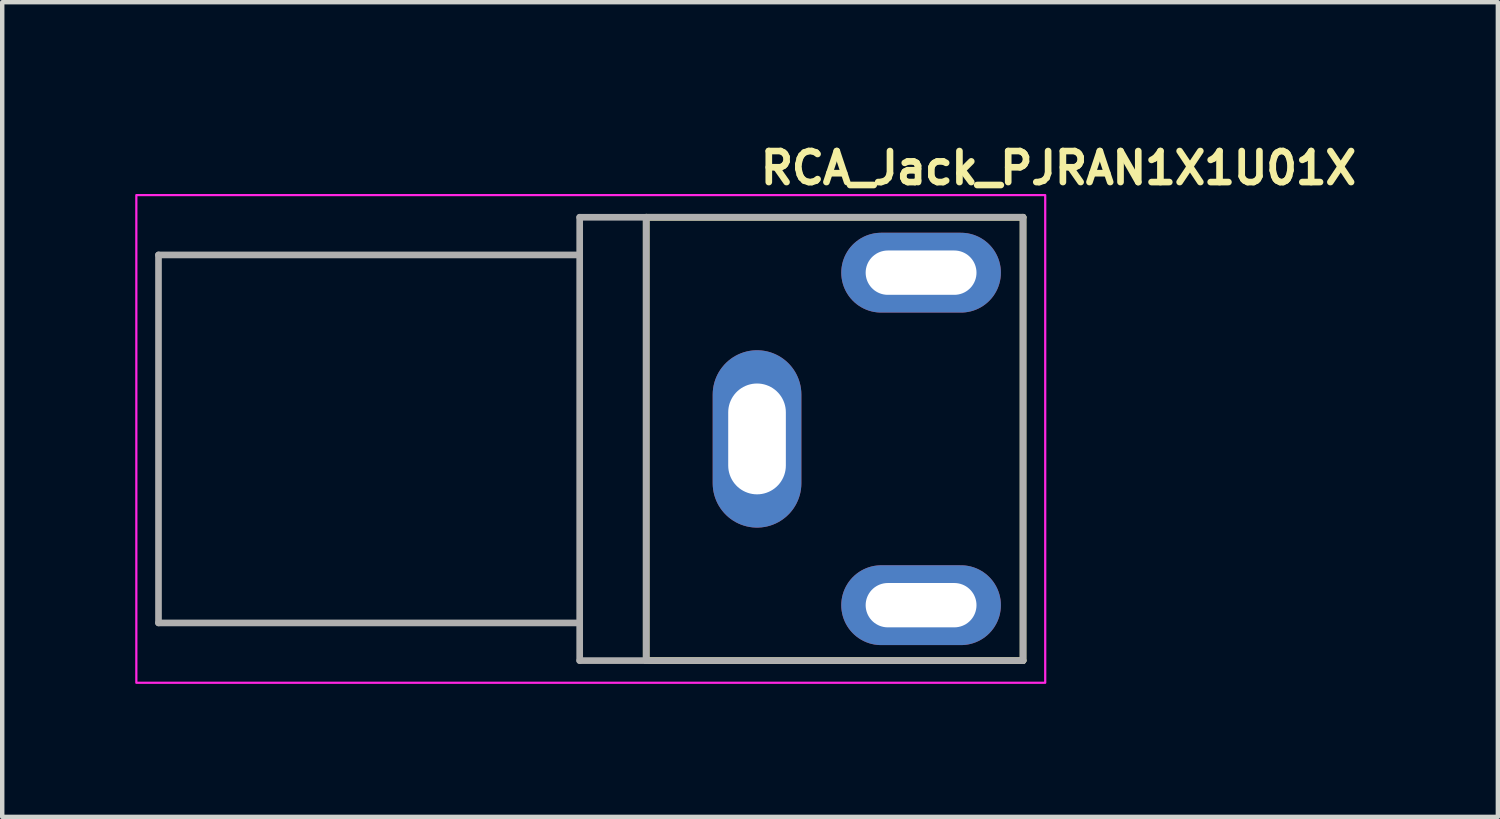
<source format=kicad_pcb>
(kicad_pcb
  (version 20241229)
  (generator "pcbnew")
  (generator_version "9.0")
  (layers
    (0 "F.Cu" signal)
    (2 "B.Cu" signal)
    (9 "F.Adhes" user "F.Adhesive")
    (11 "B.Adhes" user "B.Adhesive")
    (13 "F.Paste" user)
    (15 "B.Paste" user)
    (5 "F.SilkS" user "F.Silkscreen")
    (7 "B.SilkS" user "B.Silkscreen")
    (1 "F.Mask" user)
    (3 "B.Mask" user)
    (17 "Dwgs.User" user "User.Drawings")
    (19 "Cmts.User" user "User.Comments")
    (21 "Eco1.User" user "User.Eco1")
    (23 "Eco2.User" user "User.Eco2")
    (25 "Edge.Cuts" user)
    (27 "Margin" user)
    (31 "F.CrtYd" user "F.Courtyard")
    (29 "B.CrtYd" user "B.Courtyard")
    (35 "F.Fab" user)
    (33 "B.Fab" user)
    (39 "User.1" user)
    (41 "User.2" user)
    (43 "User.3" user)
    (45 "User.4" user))
  (footprint "RCA_Jack_PJRAN1X1U01X"
    (layer "F.Cu")
    (at 14.025 6.85)
    (property "Reference" "RCA_Jack_PJRAN1X1U01X" (at 0 -5.7 0) (layer "F.SilkS") (effects (font (size 0.7 0.7) (thickness 0.15)) (justify left bottom)))
    (attr through_hole)
    (fp_line (start -2.5 -5) (end -2.5 5) (stroke (width 0.15) (type solid)) (layer "F.SilkS"))
    (fp_line (start -2.5 5) (end 6 5) (stroke (width 0.15) (type solid)) (layer "F.SilkS"))
    (fp_line (start 6 -5) (end -2.5 -5) (stroke (width 0.15) (type solid)) (layer "F.SilkS"))
    (fp_line (start 6 5) (end 6 -5) (stroke (width 0.15) (type solid)) (layer "F.SilkS"))
    (fp_rect (start -14 -5.5) (end 6.5 5.5) (stroke (width 0.05) (type solid)) (fill no) (layer "F.CrtYd"))
    (fp_line (start -13.5 -4.15) (end -13.5 4.15) (stroke (width 0.15) (type solid)) (layer "F.Fab"))
    (fp_line (start -13.5 4.15) (end -4 4.15) (stroke (width 0.15) (type solid)) (layer "F.Fab"))
    (fp_line (start -4 -5) (end -4 -4.15) (stroke (width 0.15) (type solid)) (layer "F.Fab"))
    (fp_line (start -4 -4.15) (end -13.5 -4.15) (stroke (width 0.15) (type solid)) (layer "F.Fab"))
    (fp_line (start -4 -4.15) (end -4 4.15) (stroke (width 0.15) (type solid)) (layer "F.Fab"))
    (fp_line (start -4 4.15) (end -4 5) (stroke (width 0.15) (type solid)) (layer "F.Fab"))
    (fp_line (start -4 5) (end -2.5 5) (stroke (width 0.15) (type solid)) (layer "F.Fab"))
    (fp_line (start -2.5 -5) (end -4 -5) (stroke (width 0.15) (type solid)) (layer "F.Fab"))
    (fp_line (start -2.5 -5) (end -2.5 5) (stroke (width 0.15) (type solid)) (layer "F.Fab"))
    (fp_line (start -2.5 5) (end 6 5) (stroke (width 0.15) (type solid)) (layer "F.Fab"))
    (fp_line (start 6 -5) (end -2.5 -5) (stroke (width 0.15) (type solid)) (layer "F.Fab"))
    (fp_line (start 6 5) (end 6 -5) (stroke (width 0.15) (type solid)) (layer "F.Fab"))
    (fp_rect (start 6.007 5.004) (end -13.5 -5.004) (stroke (width 0.1) (type solid)) (fill no) (layer "User.5"))
    (fp_line (start -13.5 -3.645) (end -13.5 -3.49) (stroke (width 0.02) (type solid)) (layer "User.9"))
    (fp_line (start -13.5 -3.554) (end -13.5 -3.645) (stroke (width 0.02) (type solid)) (layer "User.9"))
    (fp_line (start -13.5 -3.554) (end -13.5 -3.554) (stroke (width 0.02) (type solid)) (layer "User.9"))
    (fp_line (start -13.5 -3.49) (end -13.5 -3.49) (stroke (width 0.02) (type solid)) (layer "User.9"))
    (fp_line (start -13.5 -3.49) (end -13.5 -3.04) (stroke (width 0.02) (type solid)) (layer "User.9"))
    (fp_line (start -13.5 -3.284) (end -13.5 -3.554) (stroke (width 0.02) (type solid)) (layer "User.9"))
    (fp_line (start -13.5 -3.284) (end -13.5 -3.284) (stroke (width 0.02) (type solid)) (layer "User.9"))
    (fp_line (start -13.5 -2.85) (end -13.5 -3.284) (stroke (width 0.02) (type solid)) (layer "User.9"))
    (fp_line (start -13.5 -2.85) (end -13.5 -2.85) (stroke (width 0.02) (type solid)) (layer "User.9"))
    (fp_line (start -13.5 -2.273) (end -13.5 -2.85) (stroke (width 0.02) (type solid)) (layer "User.9"))
    (fp_line (start -13.5 -2.273) (end -13.5 -2.273) (stroke (width 0.02) (type solid)) (layer "User.9"))
    (fp_line (start -13.5 -1.581) (end -13.5 -2.273) (stroke (width 0.02) (type solid)) (layer "User.9"))
    (fp_line (start -13.5 -1.581) (end -13.5 -1.581) (stroke (width 0.02) (type solid)) (layer "User.9"))
    (fp_line (start -13.5 -0.811) (end -13.5 -1.581) (stroke (width 0.02) (type solid)) (layer "User.9"))
    (fp_line (start -13.5 -0.811) (end -13.5 -0.811) (stroke (width 0.02) (type solid)) (layer "User.9"))
    (fp_line (start -13.5 0) (end -13.5 -0.811) (stroke (width 0.02) (type solid)) (layer "User.9"))
    (fp_line (start -13.5 0) (end -13.5 0) (stroke (width 0.02) (type solid)) (layer "User.9"))
    (fp_line (start -13.5 0.811) (end -13.5 0) (stroke (width 0.02) (type solid)) (layer "User.9"))
    (fp_line (start -13.5 0.811) (end -13.5 0.811) (stroke (width 0.02) (type solid)) (layer "User.9"))
    (fp_line (start -13.5 1.581) (end -13.5 0.811) (stroke (width 0.02) (type solid)) (layer "User.9"))
    (fp_line (start -13.5 1.581) (end -13.5 1.581) (stroke (width 0.02) (type solid)) (layer "User.9"))
    (fp_line (start -13.5 2.273) (end -13.5 1.581) (stroke (width 0.02) (type solid)) (layer "User.9"))
    (fp_line (start -13.5 2.273) (end -13.5 2.273) (stroke (width 0.02) (type solid)) (layer "User.9"))
    (fp_line (start -13.5 2.85) (end -13.5 2.273) (stroke (width 0.02) (type solid)) (layer "User.9"))
    (fp_line (start -13.5 2.85) (end -13.5 2.85) (stroke (width 0.02) (type solid)) (layer "User.9"))
    (fp_line (start -13.5 3.04) (end -13.5 3.49) (stroke (width 0.02) (type solid)) (layer "User.9"))
    (fp_line (start -13.5 3.284) (end -13.5 2.85) (stroke (width 0.02) (type solid)) (layer "User.9"))
    (fp_line (start -13.5 3.284) (end -13.5 3.284) (stroke (width 0.02) (type solid)) (layer "User.9"))
    (fp_line (start -13.5 3.49) (end -13.5 3.49) (stroke (width 0.02) (type solid)) (layer "User.9"))
    (fp_line (start -13.5 3.49) (end -13.5 3.645) (stroke (width 0.02) (type solid)) (layer "User.9"))
    (fp_line (start -13.5 3.554) (end -13.5 3.284) (stroke (width 0.02) (type solid)) (layer "User.9"))
    (fp_line (start -13.5 3.554) (end -13.5 3.554) (stroke (width 0.02) (type solid)) (layer "User.9"))
    (fp_line (start -13.5 3.645) (end -13.5 3.554) (stroke (width 0.02) (type solid)) (layer "User.9"))
    (fp_line (start -13.499 -3.671) (end -13.5 -3.645) (stroke (width 0.02) (type solid)) (layer "User.9"))
    (fp_line (start -13.499 3.671) (end -13.5 3.645) (stroke (width 0.02) (type solid)) (layer "User.9"))
    (fp_line (start -13.497 -3.697) (end -13.499 -3.671) (stroke (width 0.02) (type solid)) (layer "User.9"))
    (fp_line (start -13.497 3.697) (end -13.499 3.671) (stroke (width 0.02) (type solid)) (layer "User.9"))
    (fp_line (start -13.494 -3.722) (end -13.497 -3.697) (stroke (width 0.02) (type solid)) (layer "User.9"))
    (fp_line (start -13.494 3.722) (end -13.497 3.697) (stroke (width 0.02) (type solid)) (layer "User.9"))
    (fp_line (start -13.49 -3.747) (end -13.494 -3.722) (stroke (width 0.02) (type solid)) (layer "User.9"))
    (fp_line (start -13.49 3.747) (end -13.494 3.722) (stroke (width 0.02) (type solid)) (layer "User.9"))
    (fp_line (start -13.484 -3.772) (end -13.49 -3.747) (stroke (width 0.02) (type solid)) (layer "User.9"))
    (fp_line (start -13.484 3.772) (end -13.49 3.747) (stroke (width 0.02) (type solid)) (layer "User.9"))
    (fp_line (start -13.477 -3.796) (end -13.484 -3.772) (stroke (width 0.02) (type solid)) (layer "User.9"))
    (fp_line (start -13.477 3.796) (end -13.484 3.772) (stroke (width 0.02) (type solid)) (layer "User.9"))
    (fp_line (start -13.469 -3.82) (end -13.477 -3.796) (stroke (width 0.02) (type solid)) (layer "User.9"))
    (fp_line (start -13.469 3.82) (end -13.477 3.796) (stroke (width 0.02) (type solid)) (layer "User.9"))
    (fp_line (start -13.46 -3.843) (end -13.469 -3.82) (stroke (width 0.02) (type solid)) (layer "User.9"))
    (fp_line (start -13.46 3.843) (end -13.469 3.82) (stroke (width 0.02) (type solid)) (layer "User.9"))
    (fp_line (start -13.45 -3.865) (end -13.46 -3.843) (stroke (width 0.02) (type solid)) (layer "User.9"))
    (fp_line (start -13.45 3.865) (end -13.46 3.843) (stroke (width 0.02) (type solid)) (layer "User.9"))
    (fp_line (start -13.439 -3.887) (end -13.45 -3.865) (stroke (width 0.02) (type solid)) (layer "User.9"))
    (fp_line (start -13.439 3.887) (end -13.45 3.865) (stroke (width 0.02) (type solid)) (layer "User.9"))
    (fp_line (start -13.426 -3.908) (end -13.439 -3.887) (stroke (width 0.02) (type solid)) (layer "User.9"))
    (fp_line (start -13.426 3.908) (end -13.439 3.887) (stroke (width 0.02) (type solid)) (layer "User.9"))
    (fp_line (start -13.413 -3.929) (end -13.426 -3.908) (stroke (width 0.02) (type solid)) (layer "User.9"))
    (fp_line (start -13.413 3.929) (end -13.426 3.908) (stroke (width 0.02) (type solid)) (layer "User.9"))
    (fp_line (start -13.399 -3.949) (end -13.413 -3.929) (stroke (width 0.02) (type solid)) (layer "User.9"))
    (fp_line (start -13.399 3.949) (end -13.413 3.929) (stroke (width 0.02) (type solid)) (layer "User.9"))
    (fp_line (start -13.384 -3.968) (end -13.399 -3.949) (stroke (width 0.02) (type solid)) (layer "User.9"))
    (fp_line (start -13.384 3.968) (end -13.399 3.949) (stroke (width 0.02) (type solid)) (layer "User.9"))
    (fp_line (start -13.368 -3.986) (end -13.384 -3.968) (stroke (width 0.02) (type solid)) (layer "User.9"))
    (fp_line (start -13.368 3.986) (end -13.384 3.968) (stroke (width 0.02) (type solid)) (layer "User.9"))
    (fp_line (start -13.351 -4.004) (end -13.368 -3.986) (stroke (width 0.02) (type solid)) (layer "User.9"))
    (fp_line (start -13.351 4.004) (end -13.368 3.986) (stroke (width 0.02) (type solid)) (layer "User.9"))
    (fp_line (start -13.334 -4.021) (end -13.351 -4.004) (stroke (width 0.02) (type solid)) (layer "User.9"))
    (fp_line (start -13.334 4.021) (end -13.351 4.004) (stroke (width 0.02) (type solid)) (layer "User.9"))
    (fp_line (start -13.315 -4.037) (end -13.334 -4.021) (stroke (width 0.02) (type solid)) (layer "User.9"))
    (fp_line (start -13.315 4.037) (end -13.334 4.021) (stroke (width 0.02) (type solid)) (layer "User.9"))
    (fp_line (start -13.296 -4.052) (end -13.315 -4.037) (stroke (width 0.02) (type solid)) (layer "User.9"))
    (fp_line (start -13.296 4.052) (end -13.315 4.037) (stroke (width 0.02) (type solid)) (layer "User.9"))
    (fp_line (start -13.276 -4.066) (end -13.296 -4.052) (stroke (width 0.02) (type solid)) (layer "User.9"))
    (fp_line (start -13.276 4.066) (end -13.296 4.052) (stroke (width 0.02) (type solid)) (layer "User.9"))
    (fp_line (start -13.255 -4.079) (end -13.276 -4.066) (stroke (width 0.02) (type solid)) (layer "User.9"))
    (fp_line (start -13.255 4.079) (end -13.276 4.066) (stroke (width 0.02) (type solid)) (layer "User.9"))
    (fp_line (start -13.234 -4.092) (end -13.255 -4.079) (stroke (width 0.02) (type solid)) (layer "User.9"))
    (fp_line (start -13.234 4.092) (end -13.255 4.079) (stroke (width 0.02) (type solid)) (layer "User.9"))
    (fp_line (start -13.212 -4.103) (end -13.234 -4.092) (stroke (width 0.02) (type solid)) (layer "User.9"))
    (fp_line (start -13.212 4.103) (end -13.234 4.092) (stroke (width 0.02) (type solid)) (layer "User.9"))
    (fp_line (start -13.19 -4.113) (end -13.212 -4.103) (stroke (width 0.02) (type solid)) (layer "User.9"))
    (fp_line (start -13.19 4.113) (end -13.212 4.103) (stroke (width 0.02) (type solid)) (layer "User.9"))
    (fp_line (start -13.167 -4.122) (end -13.19 -4.113) (stroke (width 0.02) (type solid)) (layer "User.9"))
    (fp_line (start -13.167 4.122) (end -13.19 4.113) (stroke (width 0.02) (type solid)) (layer "User.9"))
    (fp_line (start -13.143 -4.13) (end -13.167 -4.122) (stroke (width 0.02) (type solid)) (layer "User.9"))
    (fp_line (start -13.143 4.13) (end -13.167 4.122) (stroke (width 0.02) (type solid)) (layer "User.9"))
    (fp_line (start -13.119 -4.137) (end -13.143 -4.13) (stroke (width 0.02) (type solid)) (layer "User.9"))
    (fp_line (start -13.119 4.137) (end -13.143 4.13) (stroke (width 0.02) (type solid)) (layer "User.9"))
    (fp_line (start -13.094 -4.143) (end -13.119 -4.137) (stroke (width 0.02) (type solid)) (layer "User.9"))
    (fp_line (start -13.094 4.143) (end -13.119 4.137) (stroke (width 0.02) (type solid)) (layer "User.9"))
    (fp_line (start -13.069 -4.147) (end -13.094 -4.143) (stroke (width 0.02) (type solid)) (layer "User.9"))
    (fp_line (start -13.069 4.147) (end -13.094 4.143) (stroke (width 0.02) (type solid)) (layer "User.9"))
    (fp_line (start -13.044 -4.15) (end -13.069 -4.147) (stroke (width 0.02) (type solid)) (layer "User.9"))
    (fp_line (start -13.044 4.15) (end -13.069 4.147) (stroke (width 0.02) (type solid)) (layer "User.9"))
    (fp_line (start -13.018 -4.152) (end -13.044 -4.15) (stroke (width 0.02) (type solid)) (layer "User.9"))
    (fp_line (start -13.018 4.152) (end -13.044 4.15) (stroke (width 0.02) (type solid)) (layer "User.9"))
    (fp_line (start -12.992 -4.153) (end -13.018 -4.152) (stroke (width 0.02) (type solid)) (layer "User.9"))
    (fp_line (start -12.992 -4.153) (end -4 -4.153) (stroke (width 0.02) (type solid)) (layer "User.9"))
    (fp_line (start -12.992 4.153) (end -13.018 4.152) (stroke (width 0.02) (type solid)) (layer "User.9"))
    (fp_line (start -12.992 4.153) (end -4 4.153) (stroke (width 0.02) (type solid)) (layer "User.9"))
    (fp_line (start -4 -2.007) (end -4 -5.004) (stroke (width 0.02) (type solid)) (layer "User.9"))
    (fp_line (start -4 -1.439) (end -4 -2.007) (stroke (width 0.02) (type solid)) (layer "User.9"))
    (fp_line (start -4 1.439) (end -2.578 1.439) (stroke (width 0.02) (type solid)) (layer "User.9"))
    (fp_line (start -4 2.007) (end -4 1.439) (stroke (width 0.02) (type solid)) (layer "User.9"))
    (fp_line (start -4 5.004) (end -4 2.007) (stroke (width 0.02) (type solid)) (layer "User.9"))
    (fp_line (start -2.578 -1.439) (end -4 -1.439) (stroke (width 0.02) (type solid)) (layer "User.9"))
    (fp_line (start -2.578 -1.439) (end -2.578 1.439) (stroke (width 0.02) (type solid)) (layer "User.9"))
    (fp_line (start -2.578 1.439) (end -2.578 -1.439) (stroke (width 0.02) (type solid)) (layer "User.9"))
    (fp_line (start 6.007 -5.004) (end -4 -5.004) (stroke (width 0.02) (type solid)) (layer "User.9"))
    (fp_line (start 6.007 -2.007) (end -4 -2.007) (stroke (width 0.02) (type solid)) (layer "User.9"))
    (fp_line (start 6.007 -2.007) (end 6.007 -5.004) (stroke (width 0.02) (type solid)) (layer "User.9"))
    (fp_line (start 6.007 2.007) (end -4 2.007) (stroke (width 0.02) (type solid)) (layer "User.9"))
    (fp_line (start 6.007 2.007) (end 6.007 -2.007) (stroke (width 0.02) (type solid)) (layer "User.9"))
    (fp_line (start 6.007 5.004) (end -4 5.004) (stroke (width 0.02) (type solid)) (layer "User.9"))
    (fp_line (start 6.007 5.004) (end 6.007 2.007) (stroke (width 0.02) (type solid)) (layer "User.9"))
    (pad "1" thru_hole oval (at 0 0 270) (size 4 2) (drill oval 2.5 1.3) (layers "*.Cu" "*.Mask"))
    (pad "2" thru_hole oval (at 3.7 -3.75 270) (size 1.8 3.6) (drill oval 1 2.5) (layers "*.Cu" "*.Mask"))
    (pad "3" thru_hole oval (at 3.7 3.75 270) (size 1.8 3.6) (drill oval 1 2.5) (layers "*.Cu" "*.Mask")))
  (gr_rect
    (start -3 -3)
    (end 30.735 15.375)
    (stroke (width 0.1) (type default))
    (fill no)
    (layer "Edge.Cuts")))
</source>
